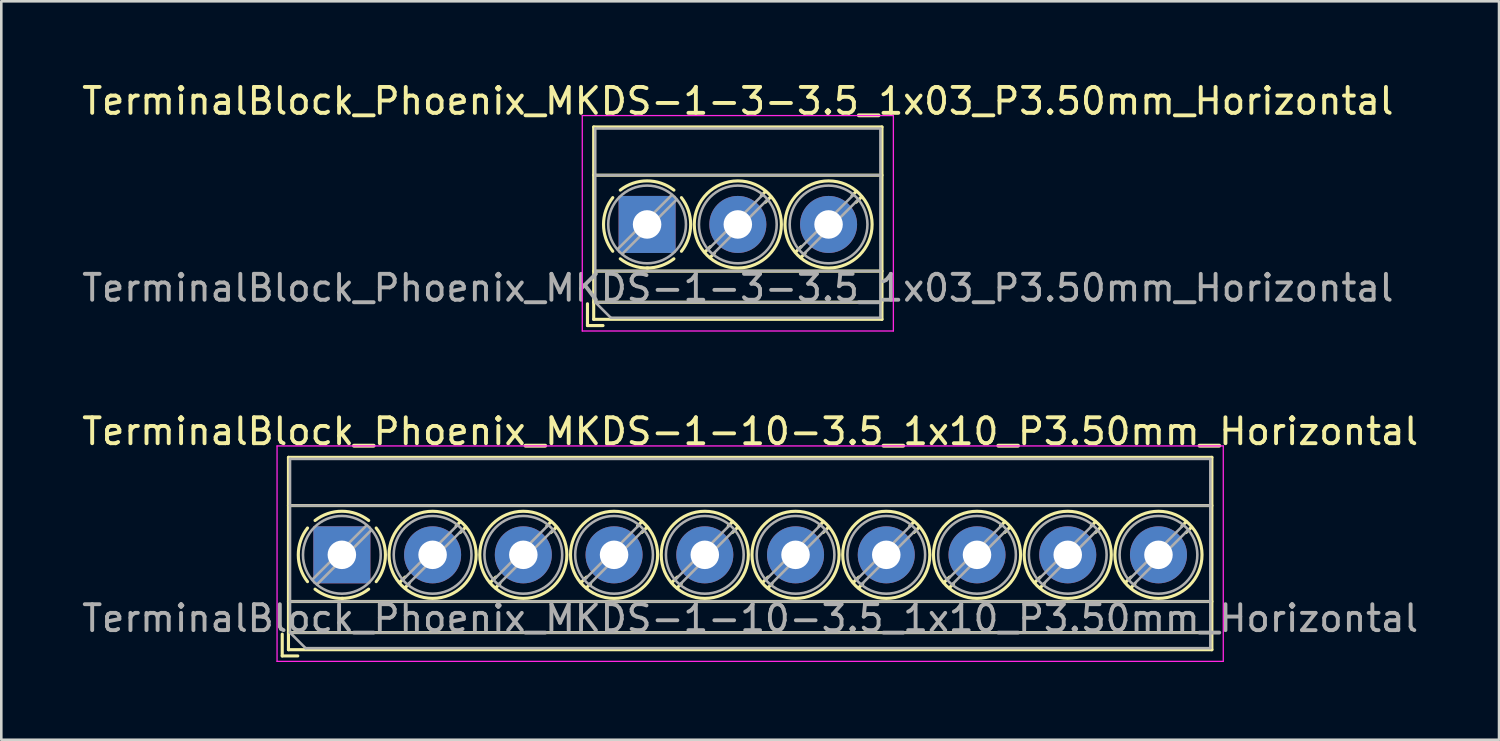
<source format=kicad_pcb>
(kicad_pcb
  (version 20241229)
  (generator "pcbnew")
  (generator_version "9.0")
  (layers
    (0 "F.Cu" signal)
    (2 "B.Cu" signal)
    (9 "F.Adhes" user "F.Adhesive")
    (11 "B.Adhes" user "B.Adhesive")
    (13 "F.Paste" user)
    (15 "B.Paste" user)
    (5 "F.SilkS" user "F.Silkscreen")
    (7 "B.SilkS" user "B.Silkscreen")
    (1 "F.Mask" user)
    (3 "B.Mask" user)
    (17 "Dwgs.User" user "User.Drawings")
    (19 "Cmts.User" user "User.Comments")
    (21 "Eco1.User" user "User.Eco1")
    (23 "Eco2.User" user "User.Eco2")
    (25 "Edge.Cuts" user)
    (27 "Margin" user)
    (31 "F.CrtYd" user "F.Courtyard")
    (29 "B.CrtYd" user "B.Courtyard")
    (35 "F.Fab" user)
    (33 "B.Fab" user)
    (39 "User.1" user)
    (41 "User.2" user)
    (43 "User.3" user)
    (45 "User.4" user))
  (footprint "TerminalBlock_Phoenix_MKDS-1-10-3.5_1x10_P3.50mm_Horizontal"
    (layer "F.Cu")
    (at 10.137 18.352)
    (property "Reference" "TerminalBlock_Phoenix_MKDS-1-10-3.5_1x10_P3.50mm_Horizontal" (at 15.75 -4.76 0) (layer "F.SilkS") (effects (font (size 1 1) (thickness 0.15))))
    (attr through_hole)
    (fp_line (start -2.3 3.06) (end -2.3 3.9) (stroke (width 0.12) (type solid)) (layer "F.SilkS"))
    (fp_line (start -2.3 3.9) (end -1.7 3.9) (stroke (width 0.12) (type solid)) (layer "F.SilkS"))
    (fp_line (start -2.06 -3.76) (end -2.06 3.66) (stroke (width 0.12) (type solid)) (layer "F.SilkS"))
    (fp_line (start -2.06 -3.76) (end 33.56 -3.76) (stroke (width 0.12) (type solid)) (layer "F.SilkS"))
    (fp_line (start -2.06 -1.9) (end 33.56 -1.9) (stroke (width 0.12) (type solid)) (layer "F.SilkS"))
    (fp_line (start -2.06 1.8) (end 33.56 1.8) (stroke (width 0.12) (type solid)) (layer "F.SilkS"))
    (fp_line (start -2.06 3) (end 33.56 3) (stroke (width 0.12) (type solid)) (layer "F.SilkS"))
    (fp_line (start -2.06 3.66) (end 33.56 3.66) (stroke (width 0.12) (type solid)) (layer "F.SilkS"))
    (fp_line (start 2.437 0.859) (end 2.226 1.069) (stroke (width 0.12) (type solid)) (layer "F.SilkS"))
    (fp_line (start 2.595 1.11) (end 2.431 1.274) (stroke (width 0.12) (type solid)) (layer "F.SilkS"))
    (fp_line (start 4.57 -1.275) (end 4.406 -1.111) (stroke (width 0.12) (type solid)) (layer "F.SilkS"))
    (fp_line (start 4.775 -1.069) (end 4.564 -0.859) (stroke (width 0.12) (type solid)) (layer "F.SilkS"))
    (fp_line (start 5.937 0.859) (end 5.726 1.069) (stroke (width 0.12) (type solid)) (layer "F.SilkS"))
    (fp_line (start 6.095 1.11) (end 5.931 1.274) (stroke (width 0.12) (type solid)) (layer "F.SilkS"))
    (fp_line (start 8.07 -1.275) (end 7.906 -1.111) (stroke (width 0.12) (type solid)) (layer "F.SilkS"))
    (fp_line (start 8.275 -1.069) (end 8.064 -0.859) (stroke (width 0.12) (type solid)) (layer "F.SilkS"))
    (fp_line (start 9.437 0.859) (end 9.226 1.069) (stroke (width 0.12) (type solid)) (layer "F.SilkS"))
    (fp_line (start 9.595 1.11) (end 9.431 1.274) (stroke (width 0.12) (type solid)) (layer "F.SilkS"))
    (fp_line (start 11.57 -1.275) (end 11.406 -1.111) (stroke (width 0.12) (type solid)) (layer "F.SilkS"))
    (fp_line (start 11.775 -1.069) (end 11.564 -0.859) (stroke (width 0.12) (type solid)) (layer "F.SilkS"))
    (fp_line (start 12.937 0.859) (end 12.726 1.069) (stroke (width 0.12) (type solid)) (layer "F.SilkS"))
    (fp_line (start 13.095 1.11) (end 12.931 1.274) (stroke (width 0.12) (type solid)) (layer "F.SilkS"))
    (fp_line (start 15.07 -1.275) (end 14.906 -1.111) (stroke (width 0.12) (type solid)) (layer "F.SilkS"))
    (fp_line (start 15.275 -1.069) (end 15.064 -0.859) (stroke (width 0.12) (type solid)) (layer "F.SilkS"))
    (fp_line (start 16.437 0.859) (end 16.226 1.069) (stroke (width 0.12) (type solid)) (layer "F.SilkS"))
    (fp_line (start 16.595 1.11) (end 16.431 1.274) (stroke (width 0.12) (type solid)) (layer "F.SilkS"))
    (fp_line (start 18.57 -1.275) (end 18.406 -1.111) (stroke (width 0.12) (type solid)) (layer "F.SilkS"))
    (fp_line (start 18.775 -1.069) (end 18.564 -0.859) (stroke (width 0.12) (type solid)) (layer "F.SilkS"))
    (fp_line (start 19.937 0.859) (end 19.726 1.069) (stroke (width 0.12) (type solid)) (layer "F.SilkS"))
    (fp_line (start 20.095 1.11) (end 19.931 1.274) (stroke (width 0.12) (type solid)) (layer "F.SilkS"))
    (fp_line (start 22.07 -1.275) (end 21.906 -1.111) (stroke (width 0.12) (type solid)) (layer "F.SilkS"))
    (fp_line (start 22.275 -1.069) (end 22.064 -0.859) (stroke (width 0.12) (type solid)) (layer "F.SilkS"))
    (fp_line (start 23.437 0.859) (end 23.226 1.069) (stroke (width 0.12) (type solid)) (layer "F.SilkS"))
    (fp_line (start 23.595 1.11) (end 23.431 1.274) (stroke (width 0.12) (type solid)) (layer "F.SilkS"))
    (fp_line (start 25.57 -1.275) (end 25.406 -1.111) (stroke (width 0.12) (type solid)) (layer "F.SilkS"))
    (fp_line (start 25.775 -1.069) (end 25.564 -0.859) (stroke (width 0.12) (type solid)) (layer "F.SilkS"))
    (fp_line (start 26.937 0.859) (end 26.726 1.069) (stroke (width 0.12) (type solid)) (layer "F.SilkS"))
    (fp_line (start 27.095 1.11) (end 26.931 1.274) (stroke (width 0.12) (type solid)) (layer "F.SilkS"))
    (fp_line (start 29.07 -1.275) (end 28.906 -1.111) (stroke (width 0.12) (type solid)) (layer "F.SilkS"))
    (fp_line (start 29.275 -1.069) (end 29.064 -0.859) (stroke (width 0.12) (type solid)) (layer "F.SilkS"))
    (fp_line (start 30.437 0.859) (end 30.226 1.069) (stroke (width 0.12) (type solid)) (layer "F.SilkS"))
    (fp_line (start 30.595 1.11) (end 30.431 1.274) (stroke (width 0.12) (type solid)) (layer "F.SilkS"))
    (fp_line (start 32.57 -1.275) (end 32.406 -1.111) (stroke (width 0.12) (type solid)) (layer "F.SilkS"))
    (fp_line (start 32.775 -1.069) (end 32.564 -0.859) (stroke (width 0.12) (type solid)) (layer "F.SilkS"))
    (fp_line (start 33.56 -3.76) (end 33.56 3.66) (stroke (width 0.12) (type solid)) (layer "F.SilkS"))
    (fp_arc (start -1.324561 1.034282) (mid -1.680536 -0.000456) (end -1.324 -1.035) (stroke (width 0.12) (type solid)) (layer "F.SilkS"))
    (fp_arc (start -1.034282 -1.324561) (mid 0.000456 -1.680536) (end 1.035 -1.324) (stroke (width 0.12) (type solid)) (layer "F.SilkS"))
    (fp_arc (start 0.028874 1.680288) (mid -0.533674 1.593548) (end -1.035 1.324) (stroke (width 0.12) (type solid)) (layer "F.SilkS"))
    (fp_arc (start 1.034311 1.323858) (mid 0.546954 1.588471) (end 0 1.68) (stroke (width 0.12) (type solid)) (layer "F.SilkS"))
    (fp_arc (start 1.324561 -1.034282) (mid 1.680536 0.000456) (end 1.324 1.035) (stroke (width 0.12) (type solid)) (layer "F.SilkS"))
    (fp_circle (center 3.5 0) (end 5.18 0) (stroke (width 0.12) (type solid)) (fill no) (layer "F.SilkS"))
    (fp_circle (center 7 0) (end 8.68 0) (stroke (width 0.12) (type solid)) (fill no) (layer "F.SilkS"))
    (fp_circle (center 10.5 0) (end 12.18 0) (stroke (width 0.12) (type solid)) (fill no) (layer "F.SilkS"))
    (fp_circle (center 14 0) (end 15.68 0) (stroke (width 0.12) (type solid)) (fill no) (layer "F.SilkS"))
    (fp_circle (center 17.5 0) (end 19.18 0) (stroke (width 0.12) (type solid)) (fill no) (layer "F.SilkS"))
    (fp_circle (center 21 0) (end 22.68 0) (stroke (width 0.12) (type solid)) (fill no) (layer "F.SilkS"))
    (fp_circle (center 24.5 0) (end 26.18 0) (stroke (width 0.12) (type solid)) (fill no) (layer "F.SilkS"))
    (fp_circle (center 28 0) (end 29.68 0) (stroke (width 0.12) (type solid)) (fill no) (layer "F.SilkS"))
    (fp_circle (center 31.5 0) (end 33.18 0) (stroke (width 0.12) (type solid)) (fill no) (layer "F.SilkS"))
    (fp_line (start -2.5 -4.2) (end -2.5 4.11) (stroke (width 0.05) (type solid)) (layer "F.CrtYd"))
    (fp_line (start -2.5 4.11) (end 34 4.11) (stroke (width 0.05) (type solid)) (layer "F.CrtYd"))
    (fp_line (start 34 -4.2) (end -2.5 -4.2) (stroke (width 0.05) (type solid)) (layer "F.CrtYd"))
    (fp_line (start 34 4.11) (end 34 -4.2) (stroke (width 0.05) (type solid)) (layer "F.CrtYd"))
    (fp_line (start -2 -3.7) (end 33.5 -3.7) (stroke (width 0.1) (type solid)) (layer "F.Fab"))
    (fp_line (start -2 -1.9) (end 33.5 -1.9) (stroke (width 0.1) (type solid)) (layer "F.Fab"))
    (fp_line (start -2 1.8) (end 33.5 1.8) (stroke (width 0.1) (type solid)) (layer "F.Fab"))
    (fp_line (start -2 3) (end -2 -3.7) (stroke (width 0.1) (type solid)) (layer "F.Fab"))
    (fp_line (start -2 3) (end 33.5 3) (stroke (width 0.1) (type solid)) (layer "F.Fab"))
    (fp_line (start -1.4 3.6) (end -2 3) (stroke (width 0.1) (type solid)) (layer "F.Fab"))
    (fp_line (start 0.955 -1.138) (end -1.138 0.955) (stroke (width 0.1) (type solid)) (layer "F.Fab"))
    (fp_line (start 1.138 -0.955) (end -0.955 1.138) (stroke (width 0.1) (type solid)) (layer "F.Fab"))
    (fp_line (start 4.455 -1.138) (end 2.363 0.955) (stroke (width 0.1) (type solid)) (layer "F.Fab"))
    (fp_line (start 4.638 -0.955) (end 2.546 1.138) (stroke (width 0.1) (type solid)) (layer "F.Fab"))
    (fp_line (start 7.955 -1.138) (end 5.863 0.955) (stroke (width 0.1) (type solid)) (layer "F.Fab"))
    (fp_line (start 8.138 -0.955) (end 6.046 1.138) (stroke (width 0.1) (type solid)) (layer "F.Fab"))
    (fp_line (start 11.455 -1.138) (end 9.363 0.955) (stroke (width 0.1) (type solid)) (layer "F.Fab"))
    (fp_line (start 11.638 -0.955) (end 9.546 1.138) (stroke (width 0.1) (type solid)) (layer "F.Fab"))
    (fp_line (start 14.955 -1.138) (end 12.863 0.955) (stroke (width 0.1) (type solid)) (layer "F.Fab"))
    (fp_line (start 15.138 -0.955) (end 13.046 1.138) (stroke (width 0.1) (type solid)) (layer "F.Fab"))
    (fp_line (start 18.455 -1.138) (end 16.363 0.955) (stroke (width 0.1) (type solid)) (layer "F.Fab"))
    (fp_line (start 18.638 -0.955) (end 16.546 1.138) (stroke (width 0.1) (type solid)) (layer "F.Fab"))
    (fp_line (start 21.955 -1.138) (end 19.863 0.955) (stroke (width 0.1) (type solid)) (layer "F.Fab"))
    (fp_line (start 22.138 -0.955) (end 20.046 1.138) (stroke (width 0.1) (type solid)) (layer "F.Fab"))
    (fp_line (start 25.455 -1.138) (end 23.363 0.955) (stroke (width 0.1) (type solid)) (layer "F.Fab"))
    (fp_line (start 25.638 -0.955) (end 23.546 1.138) (stroke (width 0.1) (type solid)) (layer "F.Fab"))
    (fp_line (start 28.955 -1.138) (end 26.863 0.955) (stroke (width 0.1) (type solid)) (layer "F.Fab"))
    (fp_line (start 29.138 -0.955) (end 27.046 1.138) (stroke (width 0.1) (type solid)) (layer "F.Fab"))
    (fp_line (start 32.455 -1.138) (end 30.363 0.955) (stroke (width 0.1) (type solid)) (layer "F.Fab"))
    (fp_line (start 32.638 -0.955) (end 30.546 1.138) (stroke (width 0.1) (type solid)) (layer "F.Fab"))
    (fp_line (start 33.5 -3.7) (end 33.5 3.6) (stroke (width 0.1) (type solid)) (layer "F.Fab"))
    (fp_line (start 33.5 3.6) (end -1.4 3.6) (stroke (width 0.1) (type solid)) (layer "F.Fab"))
    (fp_circle (center 0 0) (end 1.5 0) (stroke (width 0.1) (type solid)) (fill no) (layer "F.Fab"))
    (fp_circle (center 3.5 0) (end 5 0) (stroke (width 0.1) (type solid)) (fill no) (layer "F.Fab"))
    (fp_circle (center 7 0) (end 8.5 0) (stroke (width 0.1) (type solid)) (fill no) (layer "F.Fab"))
    (fp_circle (center 10.5 0) (end 12 0) (stroke (width 0.1) (type solid)) (fill no) (layer "F.Fab"))
    (fp_circle (center 14 0) (end 15.5 0) (stroke (width 0.1) (type solid)) (fill no) (layer "F.Fab"))
    (fp_circle (center 17.5 0) (end 19 0) (stroke (width 0.1) (type solid)) (fill no) (layer "F.Fab"))
    (fp_circle (center 21 0) (end 22.5 0) (stroke (width 0.1) (type solid)) (fill no) (layer "F.Fab"))
    (fp_circle (center 24.5 0) (end 26 0) (stroke (width 0.1) (type solid)) (fill no) (layer "F.Fab"))
    (fp_circle (center 28 0) (end 29.5 0) (stroke (width 0.1) (type solid)) (fill no) (layer "F.Fab"))
    (fp_circle (center 31.5 0) (end 33 0) (stroke (width 0.1) (type solid)) (fill no) (layer "F.Fab"))
    (fp_text user "${REFERENCE}" (at 15.75 2.45 0) (layer "F.Fab") (effects (font (size 1 1) (thickness 0.15))))
    (pad "1" thru_hole rect (at 0 0) (size 2.2 2.2) (drill 1.1) (layers "*.Cu" "*.Mask"))
    (pad "2" thru_hole circle (at 3.5 0) (size 2.2 2.2) (drill 1.1) (layers "*.Cu" "*.Mask"))
    (pad "3" thru_hole circle (at 7 0) (size 2.2 2.2) (drill 1.1) (layers "*.Cu" "*.Mask"))
    (pad "4" thru_hole circle (at 10.5 0) (size 2.2 2.2) (drill 1.1) (layers "*.Cu" "*.Mask"))
    (pad "5" thru_hole circle (at 14 0) (size 2.2 2.2) (drill 1.1) (layers "*.Cu" "*.Mask"))
    (pad "6" thru_hole circle (at 17.5 0) (size 2.2 2.2) (drill 1.1) (layers "*.Cu" "*.Mask"))
    (pad "7" thru_hole circle (at 21 0) (size 2.2 2.2) (drill 1.1) (layers "*.Cu" "*.Mask"))
    (pad "8" thru_hole circle (at 24.5 0) (size 2.2 2.2) (drill 1.1) (layers "*.Cu" "*.Mask"))
    (pad "9" thru_hole circle (at 28 0) (size 2.2 2.2) (drill 1.1) (layers "*.Cu" "*.Mask"))
    (pad "10" thru_hole circle (at 31.5 0) (size 2.2 2.2) (drill 1.1) (layers "*.Cu" "*.Mask")))
  (footprint "TerminalBlock_Phoenix_MKDS-1-3-3.5_1x03_P3.50mm_Horizontal"
    (layer "F.Cu")
    (at 21.911 5.608)
    (property "Reference" "TerminalBlock_Phoenix_MKDS-1-3-3.5_1x03_P3.50mm_Horizontal" (at 3.5 -4.76 0) (layer "F.SilkS") (effects (font (size 1 1) (thickness 0.15))))
    (attr through_hole)
    (fp_line (start -2.3 3.06) (end -2.3 3.9) (stroke (width 0.12) (type solid)) (layer "F.SilkS"))
    (fp_line (start -2.3 3.9) (end -1.7 3.9) (stroke (width 0.12) (type solid)) (layer "F.SilkS"))
    (fp_line (start -2.06 -3.76) (end -2.06 3.66) (stroke (width 0.12) (type solid)) (layer "F.SilkS"))
    (fp_line (start -2.06 -3.76) (end 9.06 -3.76) (stroke (width 0.12) (type solid)) (layer "F.SilkS"))
    (fp_line (start -2.06 -1.9) (end 9.06 -1.9) (stroke (width 0.12) (type solid)) (layer "F.SilkS"))
    (fp_line (start -2.06 1.8) (end 9.06 1.8) (stroke (width 0.12) (type solid)) (layer "F.SilkS"))
    (fp_line (start -2.06 3) (end 9.06 3) (stroke (width 0.12) (type solid)) (layer "F.SilkS"))
    (fp_line (start -2.06 3.66) (end 9.06 3.66) (stroke (width 0.12) (type solid)) (layer "F.SilkS"))
    (fp_line (start 2.437 0.859) (end 2.226 1.069) (stroke (width 0.12) (type solid)) (layer "F.SilkS"))
    (fp_line (start 2.595 1.11) (end 2.431 1.274) (stroke (width 0.12) (type solid)) (layer "F.SilkS"))
    (fp_line (start 4.57 -1.275) (end 4.406 -1.111) (stroke (width 0.12) (type solid)) (layer "F.SilkS"))
    (fp_line (start 4.775 -1.069) (end 4.564 -0.859) (stroke (width 0.12) (type solid)) (layer "F.SilkS"))
    (fp_line (start 5.937 0.859) (end 5.726 1.069) (stroke (width 0.12) (type solid)) (layer "F.SilkS"))
    (fp_line (start 6.095 1.11) (end 5.931 1.274) (stroke (width 0.12) (type solid)) (layer "F.SilkS"))
    (fp_line (start 8.07 -1.275) (end 7.906 -1.111) (stroke (width 0.12) (type solid)) (layer "F.SilkS"))
    (fp_line (start 8.275 -1.069) (end 8.064 -0.859) (stroke (width 0.12) (type solid)) (layer "F.SilkS"))
    (fp_line (start 9.06 -3.76) (end 9.06 3.66) (stroke (width 0.12) (type solid)) (layer "F.SilkS"))
    (fp_arc (start -1.324561 1.034282) (mid -1.680536 -0.000456) (end -1.324 -1.035) (stroke (width 0.12) (type solid)) (layer "F.SilkS"))
    (fp_arc (start -1.034282 -1.324561) (mid 0.000456 -1.680536) (end 1.035 -1.324) (stroke (width 0.12) (type solid)) (layer "F.SilkS"))
    (fp_arc (start 0.028874 1.680288) (mid -0.533674 1.593548) (end -1.035 1.324) (stroke (width 0.12) (type solid)) (layer "F.SilkS"))
    (fp_arc (start 1.034311 1.323858) (mid 0.546954 1.588471) (end 0 1.68) (stroke (width 0.12) (type solid)) (layer "F.SilkS"))
    (fp_arc (start 1.324561 -1.034282) (mid 1.680536 0.000456) (end 1.324 1.035) (stroke (width 0.12) (type solid)) (layer "F.SilkS"))
    (fp_circle (center 3.5 0) (end 5.18 0) (stroke (width 0.12) (type solid)) (fill no) (layer "F.SilkS"))
    (fp_circle (center 7 0) (end 8.68 0) (stroke (width 0.12) (type solid)) (fill no) (layer "F.SilkS"))
    (fp_line (start -2.5 -4.2) (end -2.5 4.11) (stroke (width 0.05) (type solid)) (layer "F.CrtYd"))
    (fp_line (start -2.5 4.11) (end 9.5 4.11) (stroke (width 0.05) (type solid)) (layer "F.CrtYd"))
    (fp_line (start 9.5 -4.2) (end -2.5 -4.2) (stroke (width 0.05) (type solid)) (layer "F.CrtYd"))
    (fp_line (start 9.5 4.11) (end 9.5 -4.2) (stroke (width 0.05) (type solid)) (layer "F.CrtYd"))
    (fp_line (start -2 -3.7) (end 9 -3.7) (stroke (width 0.1) (type solid)) (layer "F.Fab"))
    (fp_line (start -2 -1.9) (end 9 -1.9) (stroke (width 0.1) (type solid)) (layer "F.Fab"))
    (fp_line (start -2 1.8) (end 9 1.8) (stroke (width 0.1) (type solid)) (layer "F.Fab"))
    (fp_line (start -2 3) (end -2 -3.7) (stroke (width 0.1) (type solid)) (layer "F.Fab"))
    (fp_line (start -2 3) (end 9 3) (stroke (width 0.1) (type solid)) (layer "F.Fab"))
    (fp_line (start -1.4 3.6) (end -2 3) (stroke (width 0.1) (type solid)) (layer "F.Fab"))
    (fp_line (start 0.955 -1.138) (end -1.138 0.955) (stroke (width 0.1) (type solid)) (layer "F.Fab"))
    (fp_line (start 1.138 -0.955) (end -0.955 1.138) (stroke (width 0.1) (type solid)) (layer "F.Fab"))
    (fp_line (start 4.455 -1.138) (end 2.363 0.955) (stroke (width 0.1) (type solid)) (layer "F.Fab"))
    (fp_line (start 4.638 -0.955) (end 2.546 1.138) (stroke (width 0.1) (type solid)) (layer "F.Fab"))
    (fp_line (start 7.955 -1.138) (end 5.863 0.955) (stroke (width 0.1) (type solid)) (layer "F.Fab"))
    (fp_line (start 8.138 -0.955) (end 6.046 1.138) (stroke (width 0.1) (type solid)) (layer "F.Fab"))
    (fp_line (start 9 -3.7) (end 9 3.6) (stroke (width 0.1) (type solid)) (layer "F.Fab"))
    (fp_line (start 9 3.6) (end -1.4 3.6) (stroke (width 0.1) (type solid)) (layer "F.Fab"))
    (fp_circle (center 0 0) (end 1.5 0) (stroke (width 0.1) (type solid)) (fill no) (layer "F.Fab"))
    (fp_circle (center 3.5 0) (end 5 0) (stroke (width 0.1) (type solid)) (fill no) (layer "F.Fab"))
    (fp_circle (center 7 0) (end 8.5 0) (stroke (width 0.1) (type solid)) (fill no) (layer "F.Fab"))
    (fp_text user "${REFERENCE}" (at 3.5 2.45 0) (layer "F.Fab") (effects (font (size 1 1) (thickness 0.15))))
    (pad "1" thru_hole rect (at 0 0) (size 2.2 2.2) (drill 1.1) (layers "*.Cu" "*.Mask"))
    (pad "2" thru_hole circle (at 3.5 0) (size 2.2 2.2) (drill 1.1) (layers "*.Cu" "*.Mask"))
    (pad "3" thru_hole circle (at 7 0) (size 2.2 2.2) (drill 1.1) (layers "*.Cu" "*.Mask")))
  (gr_rect
    (start -3 -3)
    (end 54.774 25.486)
    (stroke (width 0.1) (type default))
    (fill no)
    (layer "Edge.Cuts")))
</source>
